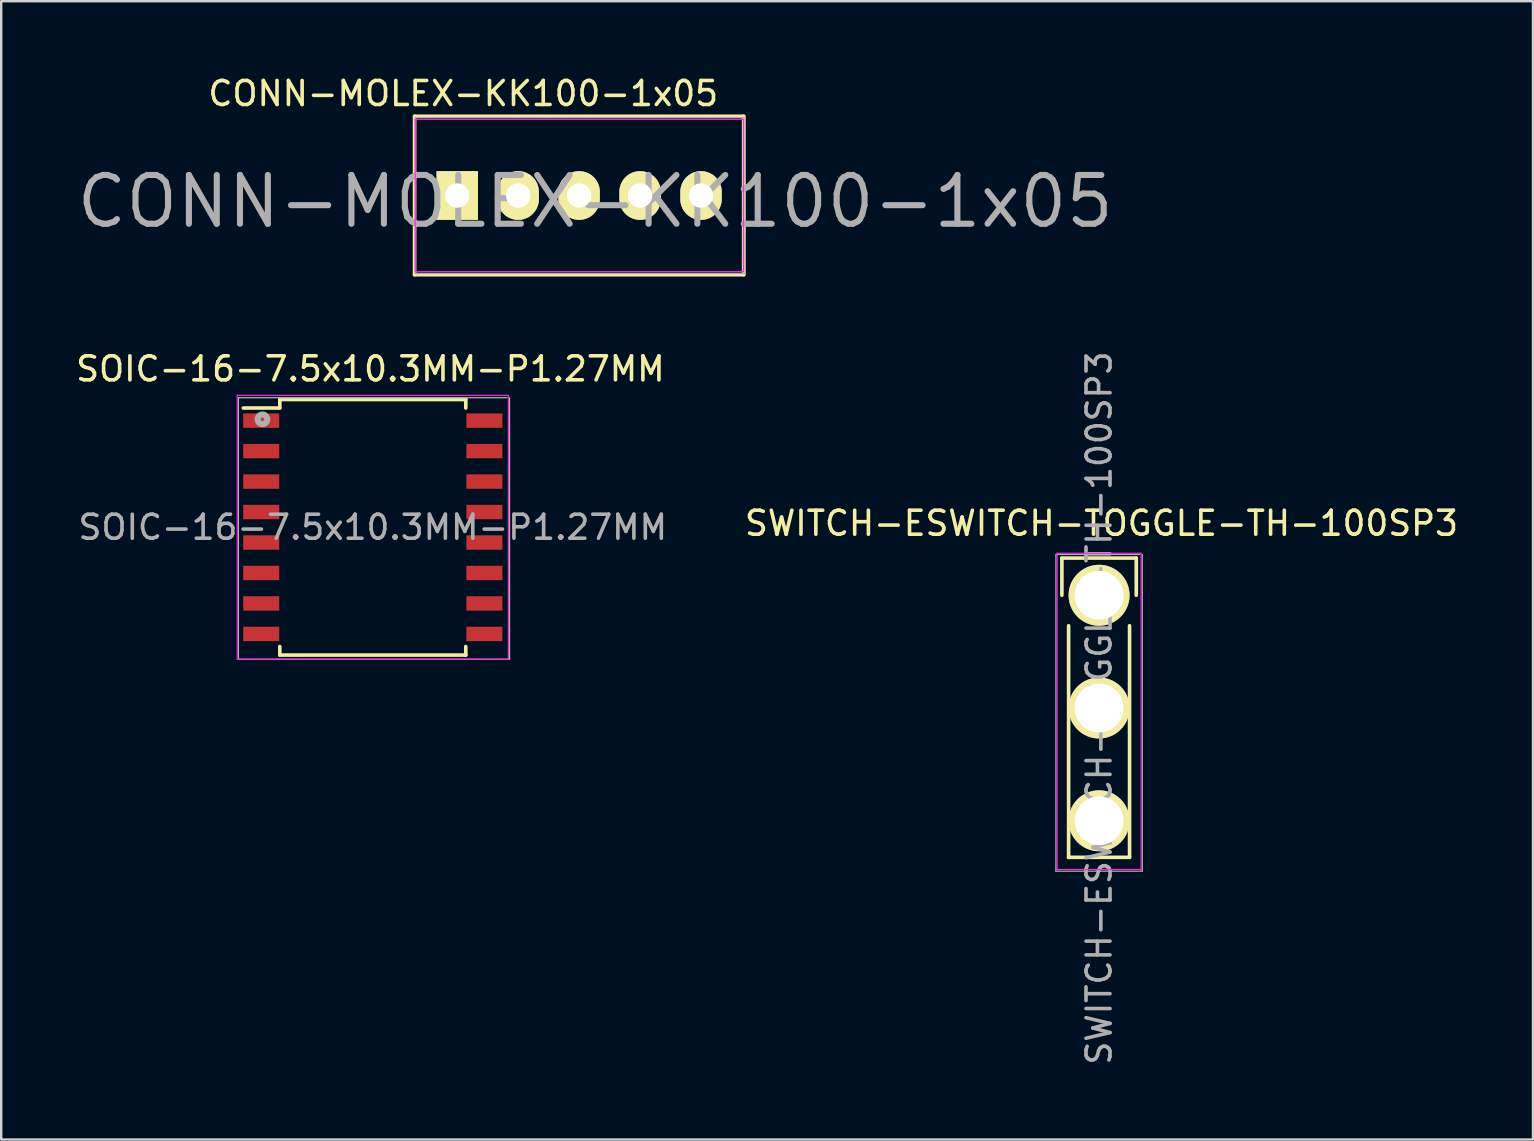
<source format=kicad_pcb>
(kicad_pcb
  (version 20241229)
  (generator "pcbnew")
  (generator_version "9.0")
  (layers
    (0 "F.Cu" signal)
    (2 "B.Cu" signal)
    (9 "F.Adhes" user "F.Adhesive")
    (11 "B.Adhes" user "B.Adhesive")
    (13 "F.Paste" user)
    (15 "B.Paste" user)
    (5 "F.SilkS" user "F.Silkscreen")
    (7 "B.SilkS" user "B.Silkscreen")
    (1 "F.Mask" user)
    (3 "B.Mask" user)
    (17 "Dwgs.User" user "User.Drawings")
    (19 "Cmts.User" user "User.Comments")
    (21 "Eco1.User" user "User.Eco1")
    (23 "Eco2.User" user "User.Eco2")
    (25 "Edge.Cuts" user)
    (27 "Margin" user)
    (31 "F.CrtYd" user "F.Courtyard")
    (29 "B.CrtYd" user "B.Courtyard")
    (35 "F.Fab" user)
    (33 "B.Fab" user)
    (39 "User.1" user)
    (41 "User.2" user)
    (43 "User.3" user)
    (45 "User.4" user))
  (footprint "SOIC-16-7.5x10.3MM-P1.27MM"
    (layer "F.Cu")
    (at 12.487 18.925)
    (property "Reference" "SOIC-16-7.5x10.3MM-P1.27MM" (at 0 0 0) (layer "F.Fab") (effects (font (size 1 1) (thickness 0.15))))
    (attr smd)
    (fp_line (start -3.875 -5.325) (end -3.875 -4.97) (stroke (width 0.15) (type solid)) (layer "F.SilkS"))
    (fp_line (start -3.875 -5.325) (end 3.875 -5.325) (stroke (width 0.15) (type solid)) (layer "F.SilkS"))
    (fp_line (start -3.875 -4.97) (end -5.4 -4.97) (stroke (width 0.15) (type solid)) (layer "F.SilkS"))
    (fp_line (start -3.875 5.325) (end -3.875 4.97) (stroke (width 0.15) (type solid)) (layer "F.SilkS"))
    (fp_line (start -3.875 5.325) (end 3.875 5.325) (stroke (width 0.15) (type solid)) (layer "F.SilkS"))
    (fp_line (start 3.875 -5.325) (end 3.875 -4.97) (stroke (width 0.15) (type solid)) (layer "F.SilkS"))
    (fp_line (start 3.875 5.325) (end 3.875 4.97) (stroke (width 0.15) (type solid)) (layer "F.SilkS"))
    (fp_line (start -5.65 -5.5) (end -5.65 5.5) (stroke (width 0.05) (type solid)) (layer "F.CrtYd"))
    (fp_line (start -5.65 -5.5) (end 5.65 -5.5) (stroke (width 0.05) (type solid)) (layer "F.CrtYd"))
    (fp_line (start -5.65 5.5) (end 5.65 5.5) (stroke (width 0.05) (type solid)) (layer "F.CrtYd"))
    (fp_line (start 5.65 -5.5) (end 5.65 5.5) (stroke (width 0.05) (type solid)) (layer "F.CrtYd"))
    (fp_line (start -5.6 -5.4) (end -5.6 5.5) (stroke (width 0.051) (type solid)) (layer "F.Fab"))
    (fp_line (start -5.6 5.5) (end 5.7 5.5) (stroke (width 0.051) (type solid)) (layer "F.Fab"))
    (fp_line (start 5.6 -5.4) (end -5.6 -5.4) (stroke (width 0.051) (type solid)) (layer "F.Fab"))
    (fp_line (start 5.7 5.5) (end 5.7 -5.4) (stroke (width 0.051) (type solid)) (layer "F.Fab"))
    (fp_circle (center -4.6 -4.5) (end -4.6 -4.3) (stroke (width 0.254) (type solid)) (fill no) (layer "F.Fab"))
    (fp_text user "${REFERENCE}" (at -0.1 -6.6 0) (layer "F.SilkS") (effects (font (size 1 1) (thickness 0.15))))
    (pad "1" smd rect (at -4.65 -4.445) (size 1.5 0.6) (layers "F.Cu" "F.Mask" "F.Paste"))
    (pad "2" smd rect (at -4.65 -3.175) (size 1.5 0.6) (layers "F.Cu" "F.Mask" "F.Paste"))
    (pad "3" smd rect (at -4.65 -1.905) (size 1.5 0.6) (layers "F.Cu" "F.Mask" "F.Paste"))
    (pad "4" smd rect (at -4.65 -0.635) (size 1.5 0.6) (layers "F.Cu" "F.Mask" "F.Paste"))
    (pad "5" smd rect (at -4.65 0.635) (size 1.5 0.6) (layers "F.Cu" "F.Mask" "F.Paste"))
    (pad "6" smd rect (at -4.65 1.905) (size 1.5 0.6) (layers "F.Cu" "F.Mask" "F.Paste"))
    (pad "7" smd rect (at -4.65 3.175) (size 1.5 0.6) (layers "F.Cu" "F.Mask" "F.Paste"))
    (pad "8" smd rect (at -4.65 4.445) (size 1.5 0.6) (layers "F.Cu" "F.Mask" "F.Paste"))
    (pad "9" smd rect (at 4.65 4.445) (size 1.5 0.6) (layers "F.Cu" "F.Mask" "F.Paste"))
    (pad "10" smd rect (at 4.65 3.175) (size 1.5 0.6) (layers "F.Cu" "F.Mask" "F.Paste"))
    (pad "11" smd rect (at 4.65 1.905) (size 1.5 0.6) (layers "F.Cu" "F.Mask" "F.Paste"))
    (pad "12" smd rect (at 4.65 0.635) (size 1.5 0.6) (layers "F.Cu" "F.Mask" "F.Paste"))
    (pad "13" smd rect (at 4.65 -0.635) (size 1.5 0.6) (layers "F.Cu" "F.Mask" "F.Paste"))
    (pad "14" smd rect (at 4.65 -1.905) (size 1.5 0.6) (layers "F.Cu" "F.Mask" "F.Paste"))
    (pad "15" smd rect (at 4.65 -3.175) (size 1.5 0.6) (layers "F.Cu" "F.Mask" "F.Paste"))
    (pad "16" smd rect (at 4.65 -4.445) (size 1.5 0.6) (layers "F.Cu" "F.Mask" "F.Paste")))
  (footprint "CONN-MOLEX-KK100-1x05"
    (layer "F.Cu")
    (at 16.006 5.098)
    (property "Reference" "CONN-MOLEX-KK100-1x05" (at 5.75 0.25 0) (layer "F.Fab") (effects (font (size 2.032 2.032) (thickness 0.254))))
    (attr through_hole)
    (fp_line (start -1.778 -3.302) (end -1.778 3.302) (stroke (width 0.152) (type solid)) (layer "F.SilkS"))
    (fp_line (start -1.778 3.302) (end 11.938 3.302) (stroke (width 0.152) (type solid)) (layer "F.SilkS"))
    (fp_line (start 11.938 -3.302) (end -1.778 -3.302) (stroke (width 0.152) (type solid)) (layer "F.SilkS"))
    (fp_line (start 11.938 3.302) (end 11.938 -3.302) (stroke (width 0.152) (type solid)) (layer "F.SilkS"))
    (fp_line (start -1.75 -3.175) (end -1.75 3.175) (stroke (width 0.05) (type solid)) (layer "F.CrtYd"))
    (fp_line (start -1.75 -3.175) (end 11.938 -3.175) (stroke (width 0.05) (type solid)) (layer "F.CrtYd"))
    (fp_line (start -1.75 3.175) (end 11.938 3.175) (stroke (width 0.05) (type solid)) (layer "F.CrtYd"))
    (fp_line (start 11.93 -3.175) (end 11.93 3.175) (stroke (width 0.05) (type solid)) (layer "F.CrtYd"))
    (fp_line (start -1.75 -3.25) (end 12 -3.25) (stroke (width 0.051) (type solid)) (layer "F.Fab"))
    (fp_line (start -1.75 3.25) (end -1.75 -3.25) (stroke (width 0.051) (type solid)) (layer "F.Fab"))
    (fp_line (start 12 -3.25) (end 12 3.25) (stroke (width 0.051) (type solid)) (layer "F.Fab"))
    (fp_line (start 12 3.25) (end -1.75 3.25) (stroke (width 0.051) (type solid)) (layer "F.Fab"))
    (fp_text user "${REFERENCE}" (at 0.25 -4.25 0) (layer "F.SilkS") (effects (font (size 1 1) (thickness 0.15))))
    (pad "1" thru_hole rect (at 0 0) (size 1.727 2.032) (drill 1.016) (layers "*.Cu" "*.Mask" "F.SilkS"))
    (pad "2" thru_hole oval (at 2.54 0) (size 1.727 2.032) (drill 1.016) (layers "*.Cu" "*.Mask" "F.SilkS"))
    (pad "3" thru_hole oval (at 5.08 0) (size 1.727 2.032) (drill 1.016) (layers "*.Cu" "*.Mask" "F.SilkS"))
    (pad "4" thru_hole oval (at 7.62 0) (size 1.727 2.032) (drill 1.016) (layers "*.Cu" "*.Mask" "F.SilkS"))
    (pad "5" thru_hole oval (at 10.16 0) (size 1.727 2.032) (drill 1.016) (layers "*.Cu" "*.Mask" "F.SilkS")))
  (footprint "SWITCH-ESWITCH-TOGGLE-TH-100SP3"
    (layer "F.Cu")
    (at 42.756 21.759)
    (property "Reference" "SWITCH-ESWITCH-TOGGLE-TH-100SP3" (at 0 4.7 90) (layer "F.Fab") (effects (font (size 1 1) (thickness 0.15))))
    (attr through_hole)
    (fp_line (start -1.55 -1.55) (end 1.55 -1.55) (stroke (width 0.15) (type solid)) (layer "F.SilkS"))
    (fp_line (start -1.55 0) (end -1.55 -1.55) (stroke (width 0.15) (type solid)) (layer "F.SilkS"))
    (fp_line (start -1.27 10.922) (end -1.27 1.27) (stroke (width 0.15) (type solid)) (layer "F.SilkS"))
    (fp_line (start 1.27 1.27) (end 1.27 10.922) (stroke (width 0.15) (type solid)) (layer "F.SilkS"))
    (fp_line (start 1.27 10.922) (end -1.27 10.922) (stroke (width 0.15) (type solid)) (layer "F.SilkS"))
    (fp_line (start 1.55 -1.55) (end 1.55 0) (stroke (width 0.15) (type solid)) (layer "F.SilkS"))
    (fp_line (start -1.75 -1.75) (end -1.75 11.43) (stroke (width 0.05) (type solid)) (layer "F.CrtYd"))
    (fp_line (start -1.75 -1.75) (end 1.75 -1.75) (stroke (width 0.05) (type solid)) (layer "F.CrtYd"))
    (fp_line (start -1.75 11.43) (end 1.75 11.43) (stroke (width 0.05) (type solid)) (layer "F.CrtYd"))
    (fp_line (start 1.75 -1.75) (end 1.75 11.43) (stroke (width 0.05) (type solid)) (layer "F.CrtYd"))
    (fp_line (start -1.8 -1.7) (end -1.8 11.4) (stroke (width 0.051) (type solid)) (layer "F.Fab"))
    (fp_line (start -1.8 11.4) (end -1.8 11.5) (stroke (width 0.051) (type solid)) (layer "F.Fab"))
    (fp_line (start -1.8 11.5) (end 1.8 11.5) (stroke (width 0.051) (type solid)) (layer "F.Fab"))
    (fp_line (start 1.7 -1.7) (end -1.8 -1.7) (stroke (width 0.051) (type solid)) (layer "F.Fab"))
    (fp_line (start 1.8 11.5) (end 1.8 -1.7) (stroke (width 0.051) (type solid)) (layer "F.Fab"))
    (fp_text user "${REFERENCE}" (at 0.1 -3 0) (layer "F.SilkS") (effects (font (size 1 1) (thickness 0.15))))
    (pad "1" thru_hole circle (at 0 0) (size 2.54 2.54) (drill 2.032) (layers "*.Cu" "*.Mask" "F.SilkS"))
    (pad "2" thru_hole circle (at 0 4.699) (size 2.54 2.54) (drill 2.032) (layers "*.Cu" "*.Mask" "F.SilkS"))
    (pad "3" thru_hole circle (at 0 9.398) (size 2.54 2.54) (drill 2.032) (layers "*.Cu" "*.Mask" "F.SilkS")))
  (gr_rect
    (start -3 -3)
    (end 60.838 44.441)
    (stroke (width 0.1) (type default))
    (fill no)
    (layer "Edge.Cuts")))
</source>
